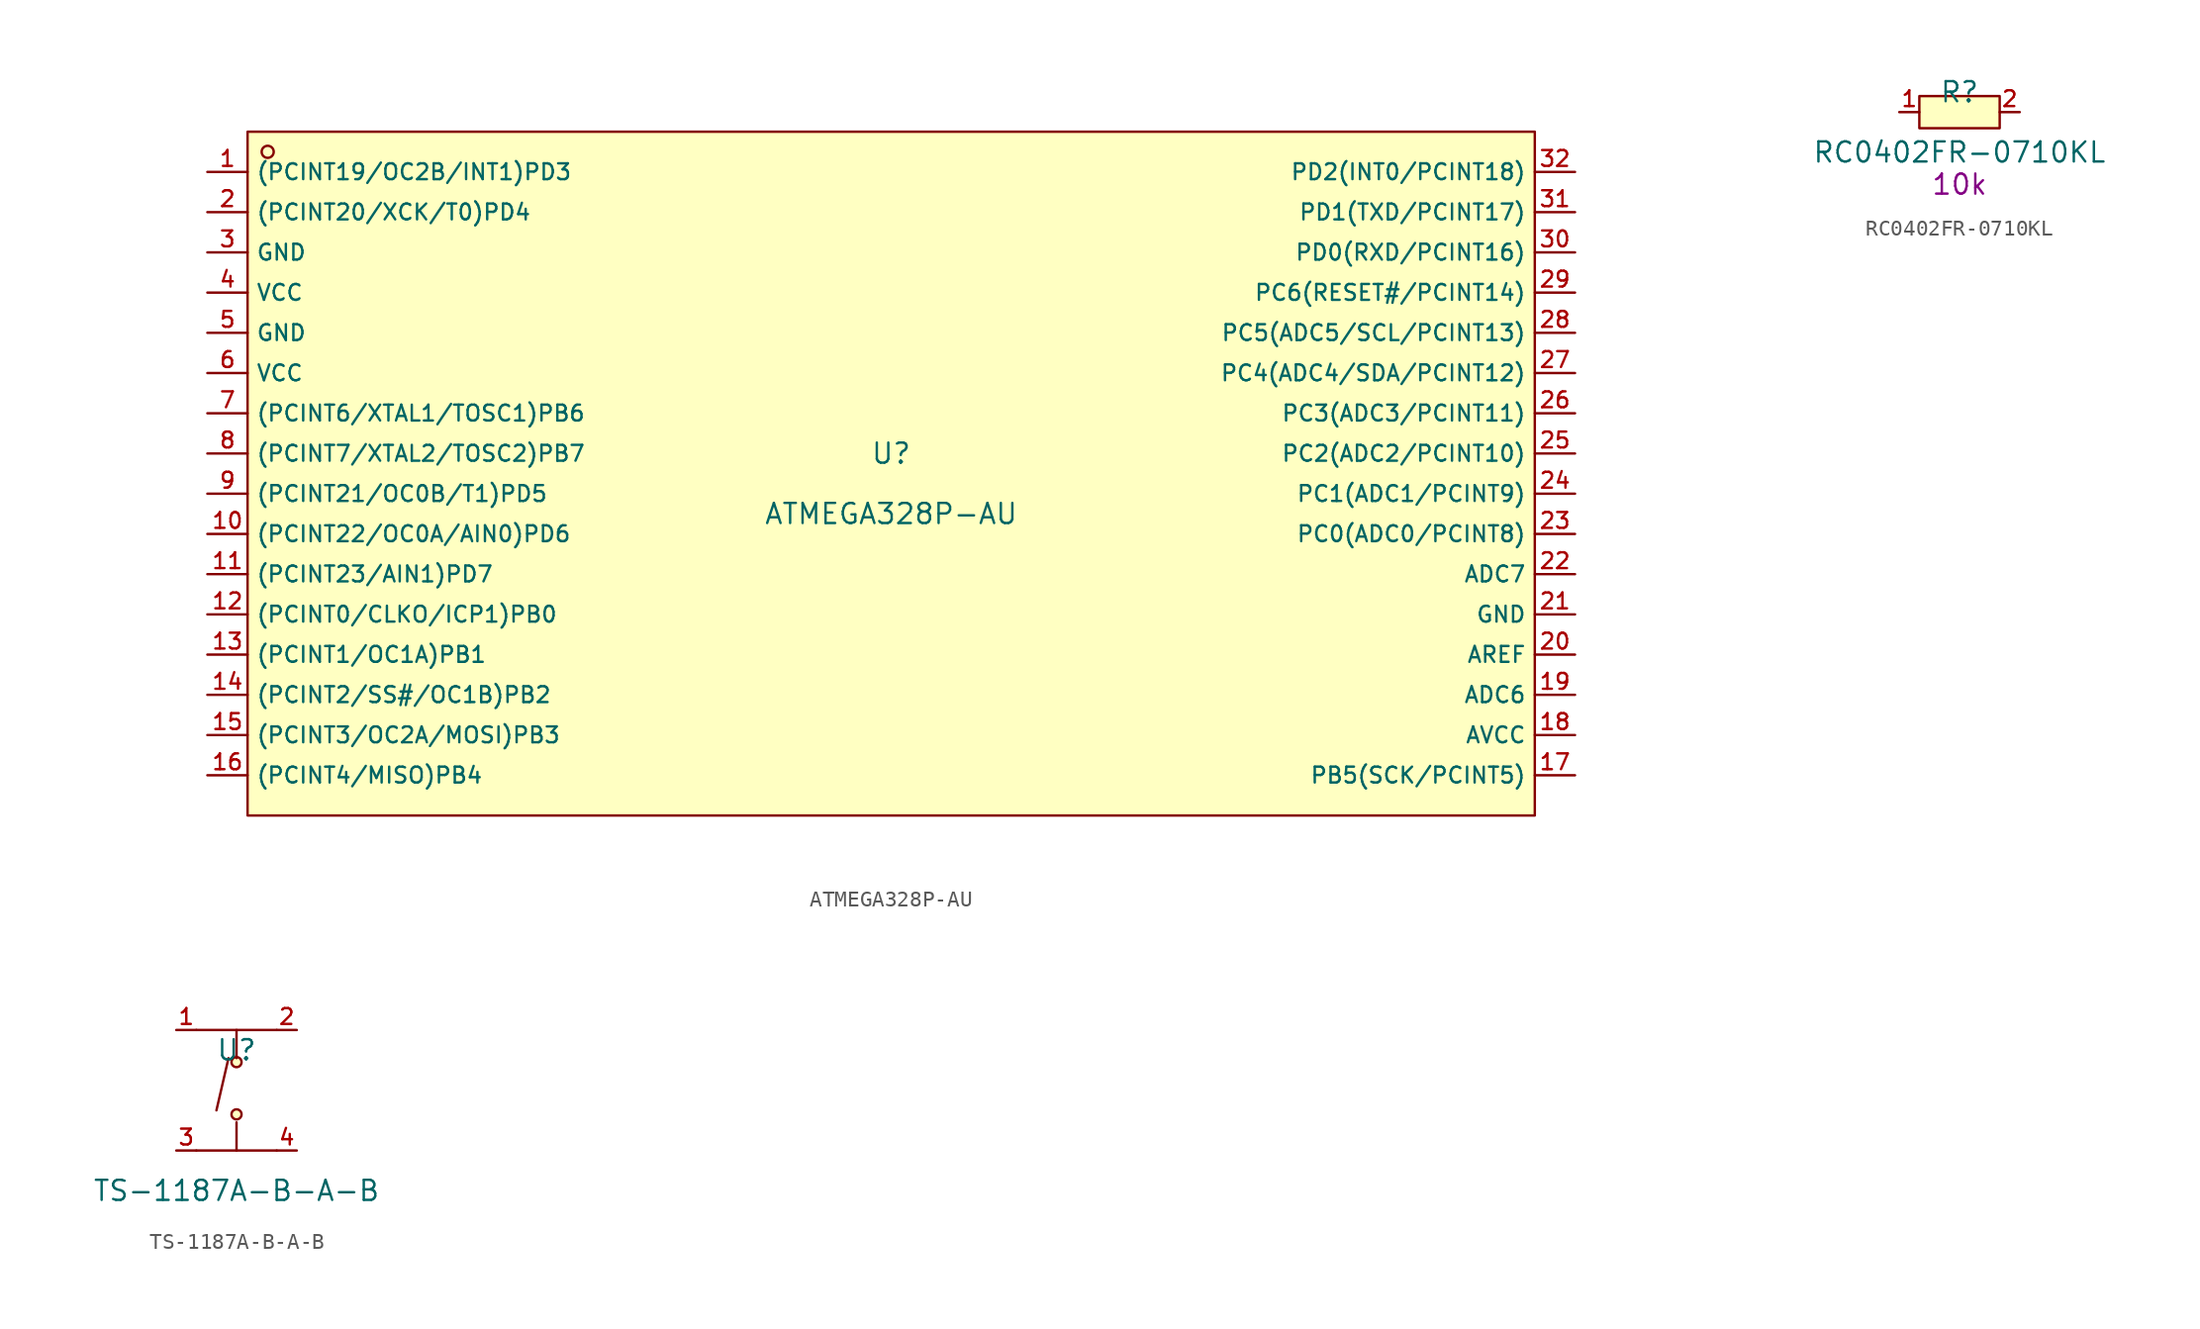
<source format=kicad_sym>
(kicad_symbol_lib
  (version 20220914)
  (generator kicad_symbol_editor)
  (symbol "ATMEGA328P-AU"
    (property "Reference" "U"
      (at 0 1.27 0)
      (effects (font (size 1.27 1.27))))
    (property "Value" "ATMEGA328P-AU"
      (at 0 -2.54 0)
      (effects (font (size 1.27 1.27))))
    (symbol "ATMEGA328P-AU_0_1"
      (rectangle (start -40.64 21.59) (end 40.64 -21.59) (stroke (width 0) (type default)) (fill (type background)))
      (circle (center -39.37 20.32) (radius 0.381) (stroke (width 0) (type default)) (fill (type background)))
      (pin unspecified line (at -43.18 19.05 0) (length 2.54) (name "(PCINT19/OC2B/INT1)PD3" (effects (font (size 1 1)))) (number "1" (effects (font (size 1 1)))))
      (pin unspecified line (at -43.18 -3.81 0) (length 2.54) (name "(PCINT22/OC0A/AIN0)PD6" (effects (font (size 1 1)))) (number "10" (effects (font (size 1 1)))))
      (pin unspecified line (at -43.18 -6.35 0) (length 2.54) (name "(PCINT23/AIN1)PD7" (effects (font (size 1 1)))) (number "11" (effects (font (size 1 1)))))
      (pin unspecified line (at -43.18 -8.89 0) (length 2.54) (name "(PCINT0/CLKO/ICP1)PB0" (effects (font (size 1 1)))) (number "12" (effects (font (size 1 1)))))
      (pin unspecified line (at -43.18 -11.43 0) (length 2.54) (name "(PCINT1/OC1A)PB1" (effects (font (size 1 1)))) (number "13" (effects (font (size 1 1)))))
      (pin unspecified line (at -43.18 -13.97 0) (length 2.54) (name "(PCINT2/SS#/OC1B)PB2" (effects (font (size 1 1)))) (number "14" (effects (font (size 1 1)))))
      (pin unspecified line (at -43.18 -16.51 0) (length 2.54) (name "(PCINT3/OC2A/MOSI)PB3" (effects (font (size 1 1)))) (number "15" (effects (font (size 1 1)))))
      (pin unspecified line (at -43.18 -19.05 0) (length 2.54) (name "(PCINT4/MISO)PB4" (effects (font (size 1 1)))) (number "16" (effects (font (size 1 1)))))
      (pin unspecified line (at 43.18 -19.05 180) (length 2.54) (name "PB5(SCK/PCINT5)" (effects (font (size 1 1)))) (number "17" (effects (font (size 1 1)))))
      (pin unspecified line (at 43.18 -16.51 180) (length 2.54) (name "AVCC" (effects (font (size 1 1)))) (number "18" (effects (font (size 1 1)))))
      (pin unspecified line (at 43.18 -13.97 180) (length 2.54) (name "ADC6" (effects (font (size 1 1)))) (number "19" (effects (font (size 1 1)))))
      (pin unspecified line (at -43.18 16.51 0) (length 2.54) (name "(PCINT20/XCK/T0)PD4" (effects (font (size 1 1)))) (number "2" (effects (font (size 1 1)))))
      (pin unspecified line (at 43.18 -11.43 180) (length 2.54) (name "AREF" (effects (font (size 1 1)))) (number "20" (effects (font (size 1 1)))))
      (pin unspecified line (at 43.18 -8.89 180) (length 2.54) (name "GND" (effects (font (size 1 1)))) (number "21" (effects (font (size 1 1)))))
      (pin unspecified line (at 43.18 -6.35 180) (length 2.54) (name "ADC7" (effects (font (size 1 1)))) (number "22" (effects (font (size 1 1)))))
      (pin unspecified line (at 43.18 -3.81 180) (length 2.54) (name "PC0(ADC0/PCINT8)" (effects (font (size 1 1)))) (number "23" (effects (font (size 1 1)))))
      (pin unspecified line (at 43.18 -1.27 180) (length 2.54) (name "PC1(ADC1/PCINT9)" (effects (font (size 1 1)))) (number "24" (effects (font (size 1 1)))))
      (pin unspecified line (at 43.18 1.27 180) (length 2.54) (name "PC2(ADC2/PCINT10)" (effects (font (size 1 1)))) (number "25" (effects (font (size 1 1)))))
      (pin unspecified line (at 43.18 3.81 180) (length 2.54) (name "PC3(ADC3/PCINT11)" (effects (font (size 1 1)))) (number "26" (effects (font (size 1 1)))))
      (pin unspecified line (at 43.18 6.35 180) (length 2.54) (name "PC4(ADC4/SDA/PCINT12)" (effects (font (size 1 1)))) (number "27" (effects (font (size 1 1)))))
      (pin unspecified line (at 43.18 8.89 180) (length 2.54) (name "PC5(ADC5/SCL/PCINT13)" (effects (font (size 1 1)))) (number "28" (effects (font (size 1 1)))))
      (pin unspecified line (at 43.18 11.43 180) (length 2.54) (name "PC6(RESET#/PCINT14)" (effects (font (size 1 1)))) (number "29" (effects (font (size 1 1)))))
      (pin unspecified line (at -43.18 13.97 0) (length 2.54) (name "GND" (effects (font (size 1 1)))) (number "3" (effects (font (size 1 1)))))
      (pin unspecified line (at 43.18 13.97 180) (length 2.54) (name "PD0(RXD/PCINT16)" (effects (font (size 1 1)))) (number "30" (effects (font (size 1 1)))))
      (pin unspecified line (at 43.18 16.51 180) (length 2.54) (name "PD1(TXD/PCINT17)" (effects (font (size 1 1)))) (number "31" (effects (font (size 1 1)))))
      (pin unspecified line (at 43.18 19.05 180) (length 2.54) (name "PD2(INT0/PCINT18)" (effects (font (size 1 1)))) (number "32" (effects (font (size 1 1)))))
      (pin unspecified line (at -43.18 11.43 0) (length 2.54) (name "VCC" (effects (font (size 1 1)))) (number "4" (effects (font (size 1 1)))))
      (pin unspecified line (at -43.18 8.89 0) (length 2.54) (name "GND" (effects (font (size 1 1)))) (number "5" (effects (font (size 1 1)))))
      (pin unspecified line (at -43.18 6.35 0) (length 2.54) (name "VCC" (effects (font (size 1 1)))) (number "6" (effects (font (size 1 1)))))
      (pin unspecified line (at -43.18 3.81 0) (length 2.54) (name "(PCINT6/XTAL1/TOSC1)PB6" (effects (font (size 1 1)))) (number "7" (effects (font (size 1 1)))))
      (pin unspecified line (at -43.18 1.27 0) (length 2.54) (name "(PCINT7/XTAL2/TOSC2)PB7" (effects (font (size 1 1)))) (number "8" (effects (font (size 1 1)))))
      (pin unspecified line (at -43.18 -1.27 0) (length 2.54) (name "(PCINT21/OC0B/T1)PD5" (effects (font (size 1 1)))) (number "9" (effects (font (size 1 1)))))))
  (symbol "RC0402FR-0710KL"
    (pin_names hide)
    (property "Reference" "R"
      (at 0 1.27 0)
      (effects (font (size 1.27 1.27))))
    (property "Value" "RC0402FR-0710KL"
      (at 0 -2.54 0)
      (effects (font (size 1.27 1.27))))
    (property "Resistance" "10k"
      (at 0 -4.572 0)
      (effects (font (size 1.27 1.27))))
    (symbol "RC0402FR-0710KL_0_1"
      (rectangle (start -2.54 1.016) (end 2.54 -1.016) (stroke (width 0) (type default)) (fill (type background))))
    (symbol "RC0402FR-0710KL_1_1"
      (pin input line (at -3.81 0 0) (length 1.27) (name "1" (effects (font (size 1 1)))) (number "1" (effects (font (size 1 1)))))
      (pin input line (at 3.81 0 180) (length 1.27) (name "2" (effects (font (size 1 1)))) (number "2" (effects (font (size 1 1)))))))
  (symbol "TS-1187A-B-A-B"
    (pin_names hide)
    (property "Reference" "U"
      (at 0 -1.27 0)
      (effects (font (size 1.27 1.27))))
    (property "Value" "TS-1187A-B-A-B"
      (at 0 -10.16 0)
      (effects (font (size 1.27 1.27))))
    (symbol "TS-1187A-B-A-B_0_1"
      (circle (center 0 -5.334) (radius 0.318) (stroke (width 0) (type default)) (fill (type background)))
      (circle (center 0 -2.032) (radius 0.318) (stroke (width 0) (type default)) (fill (type background)))
      (polyline (pts (xy -2.54 -7.62) (xy 2.54 -7.62)) (stroke (width 0) (type default)) (fill (type none)))
      (polyline (pts (xy -2.54 0) (xy 2.54 0)) (stroke (width 0) (type default)) (fill (type none)))
      (polyline (pts (xy -0.508 -1.778) (xy -1.27 -5.08)) (stroke (width 0) (type default)) (fill (type none)))
      (polyline (pts (xy 0 -5.842) (xy 0 -7.62)) (stroke (width 0) (type default)) (fill (type none)))
      (polyline (pts (xy 0 -1.778) (xy 0 0)) (stroke (width 0) (type default)) (fill (type none))))
    (symbol "TS-1187A-B-A-B_1_1"
      (pin unspecified line (at -3.81 0 0) (length 1.27) (name "A" (effects (font (size 1 1)))) (number "1" (effects (font (size 1 1)))))
      (pin unspecified line (at 3.81 0 180) (length 1.27) (name "B" (effects (font (size 1 1)))) (number "2" (effects (font (size 1 1)))))
      (pin unspecified line (at -3.81 -7.62 0) (length 1.27) (name "C" (effects (font (size 1 1)))) (number "3" (effects (font (size 1 1)))))
      (pin unspecified line (at 3.81 -7.62 180) (length 1.27) (name "D" (effects (font (size 1 1)))) (number "4" (effects (font (size 1 1))))))))
</source>
